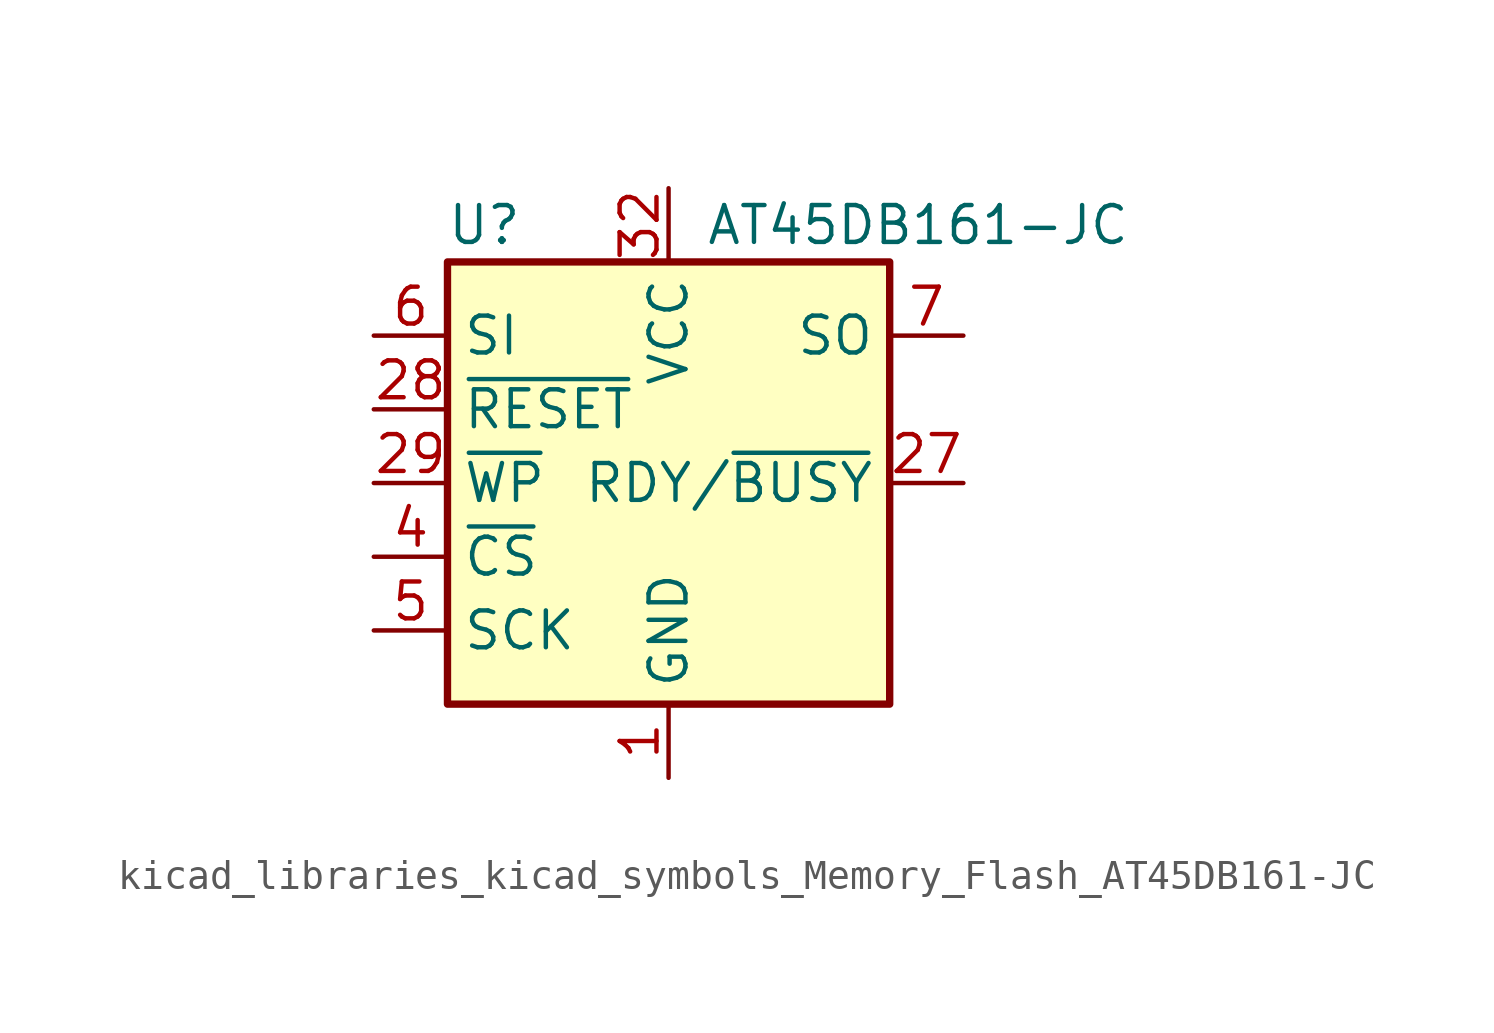
<source format=kicad_sym>
(kicad_symbol_lib
  (version 20220914)
  (generator kicad_symbol_editor)
  (symbol "kicad_libraries_kicad_symbols_Memory_Flash_AT45DB161-JC"
    (property "Reference" "U"
      (at -6.35 8.89 0)
      (effects (font (size 1.27 1.27))))
    (property "Value" "AT45DB161-JC"
      (at 1.27 8.89 0)
      (effects (font (size 1.27 1.27)) (justify left)))
    (symbol "kicad_libraries_kicad_symbols_Memory_Flash_AT45DB161-JC_0_1"
      (rectangle (start -7.62 7.62) (end 7.62 -7.62) (stroke (width 0.254) (type default)) (fill (type background))))
    (symbol "kicad_libraries_kicad_symbols_Memory_Flash_AT45DB161-JC_1_1"
      (pin power_in line (at 0 -10.16 90) (length 2.54) (name "GND" (effects (font (size 1.27 1.27)))) (number "1" (effects (font (size 1.27 1.27)))))
      (pin output line (at 10.16 0 180) (length 2.54) (name "RDY/~{BUSY}" (effects (font (size 1.27 1.27)))) (number "27" (effects (font (size 1.27 1.27)))))
      (pin input line (at -10.16 2.54 0) (length 2.54) (name "~{RESET}" (effects (font (size 1.27 1.27)))) (number "28" (effects (font (size 1.27 1.27)))))
      (pin input line (at -10.16 0 0) (length 2.54) (name "~{WP}" (effects (font (size 1.27 1.27)))) (number "29" (effects (font (size 1.27 1.27)))))
      (pin power_in line (at 0 10.16 270) (length 2.54) (name "VCC" (effects (font (size 1.27 1.27)))) (number "32" (effects (font (size 1.27 1.27)))))
      (pin input line (at -10.16 -2.54 0) (length 2.54) (name "~{CS}" (effects (font (size 1.27 1.27)))) (number "4" (effects (font (size 1.27 1.27)))))
      (pin input line (at -10.16 -5.08 0) (length 2.54) (name "SCK" (effects (font (size 1.27 1.27)))) (number "5" (effects (font (size 1.27 1.27)))))
      (pin input line (at -10.16 5.08 0) (length 2.54) (name "SI" (effects (font (size 1.27 1.27)))) (number "6" (effects (font (size 1.27 1.27)))))
      (pin output line (at 10.16 5.08 180) (length 2.54) (name "SO" (effects (font (size 1.27 1.27)))) (number "7" (effects (font (size 1.27 1.27))))))))
</source>
